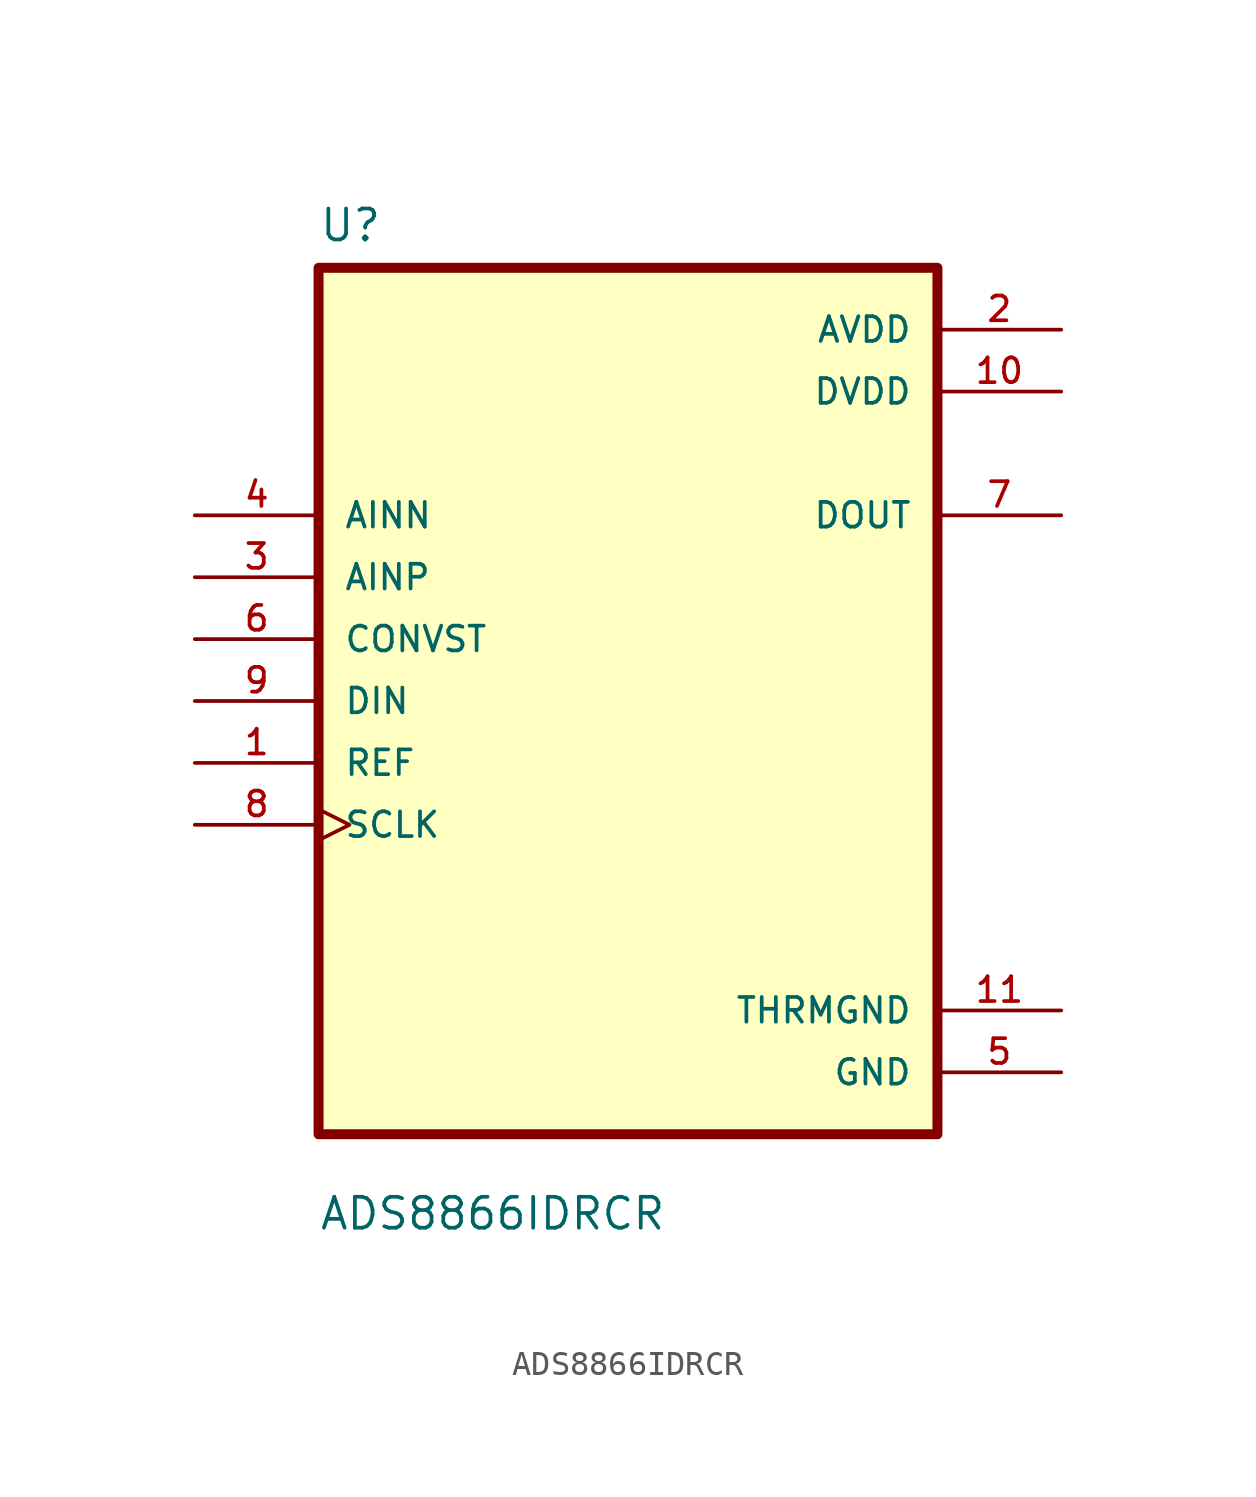
<source format=kicad_sym>
(kicad_symbol_lib
  (version 20211014)
  (generator kicad_symbol_editor)
  (symbol "ADS8866IDRCR"
    (pin_names
      (offset 1.016))
    (property "Reference" "U"
      (at -12.7 18.78 0.0)
      (effects (font (size 1.27 1.27)) (justify bottom left)))
    (property "Value" "ADS8866IDRCR"
      (at -12.7 -21.78 0.0)
      (effects (font (size 1.27 1.27)) (justify bottom left)))
    (symbol "ADS8866IDRCR_0_0"
      (rectangle (start -12.7 -17.78) (end 12.7 17.78) (stroke (width 0.41)) (fill (type background)))
      (pin input line (at -17.78 7.62 0) (length 5.08) (name "AINN" (effects (font (size 1.016 1.016)))) (number "4" (effects (font (size 1.016 1.016)))))
      (pin input line (at -17.78 5.08 0) (length 5.08) (name "AINP" (effects (font (size 1.016 1.016)))) (number "3" (effects (font (size 1.016 1.016)))))
      (pin input line (at -17.78 2.54 0) (length 5.08) (name "CONVST" (effects (font (size 1.016 1.016)))) (number "6" (effects (font (size 1.016 1.016)))))
      (pin input line (at -17.78 8.88178e-16 0) (length 5.08) (name "DIN" (effects (font (size 1.016 1.016)))) (number "9" (effects (font (size 1.016 1.016)))))
      (pin input line (at -17.78 -2.54 0) (length 5.08) (name "REF" (effects (font (size 1.016 1.016)))) (number "1" (effects (font (size 1.016 1.016)))))
      (pin input clock (at -17.78 -5.08 0) (length 5.08) (name "SCLK" (effects (font (size 1.016 1.016)))) (number "8" (effects (font (size 1.016 1.016)))))
      (pin power_in line (at 17.78 15.24 180.0) (length 5.08) (name "AVDD" (effects (font (size 1.016 1.016)))) (number "2" (effects (font (size 1.016 1.016)))))
      (pin power_in line (at 17.78 12.7 180.0) (length 5.08) (name "DVDD" (effects (font (size 1.016 1.016)))) (number "10" (effects (font (size 1.016 1.016)))))
      (pin output line (at 17.78 7.62 180.0) (length 5.08) (name "DOUT" (effects (font (size 1.016 1.016)))) (number "7" (effects (font (size 1.016 1.016)))))
      (pin power_in line (at 17.78 -12.7 180.0) (length 5.08) (name "THRMGND" (effects (font (size 1.016 1.016)))) (number "11" (effects (font (size 1.016 1.016)))))
      (pin power_in line (at 17.78 -15.24 180.0) (length 5.08) (name "GND" (effects (font (size 1.016 1.016)))) (number "5" (effects (font (size 1.016 1.016))))))))
</source>
